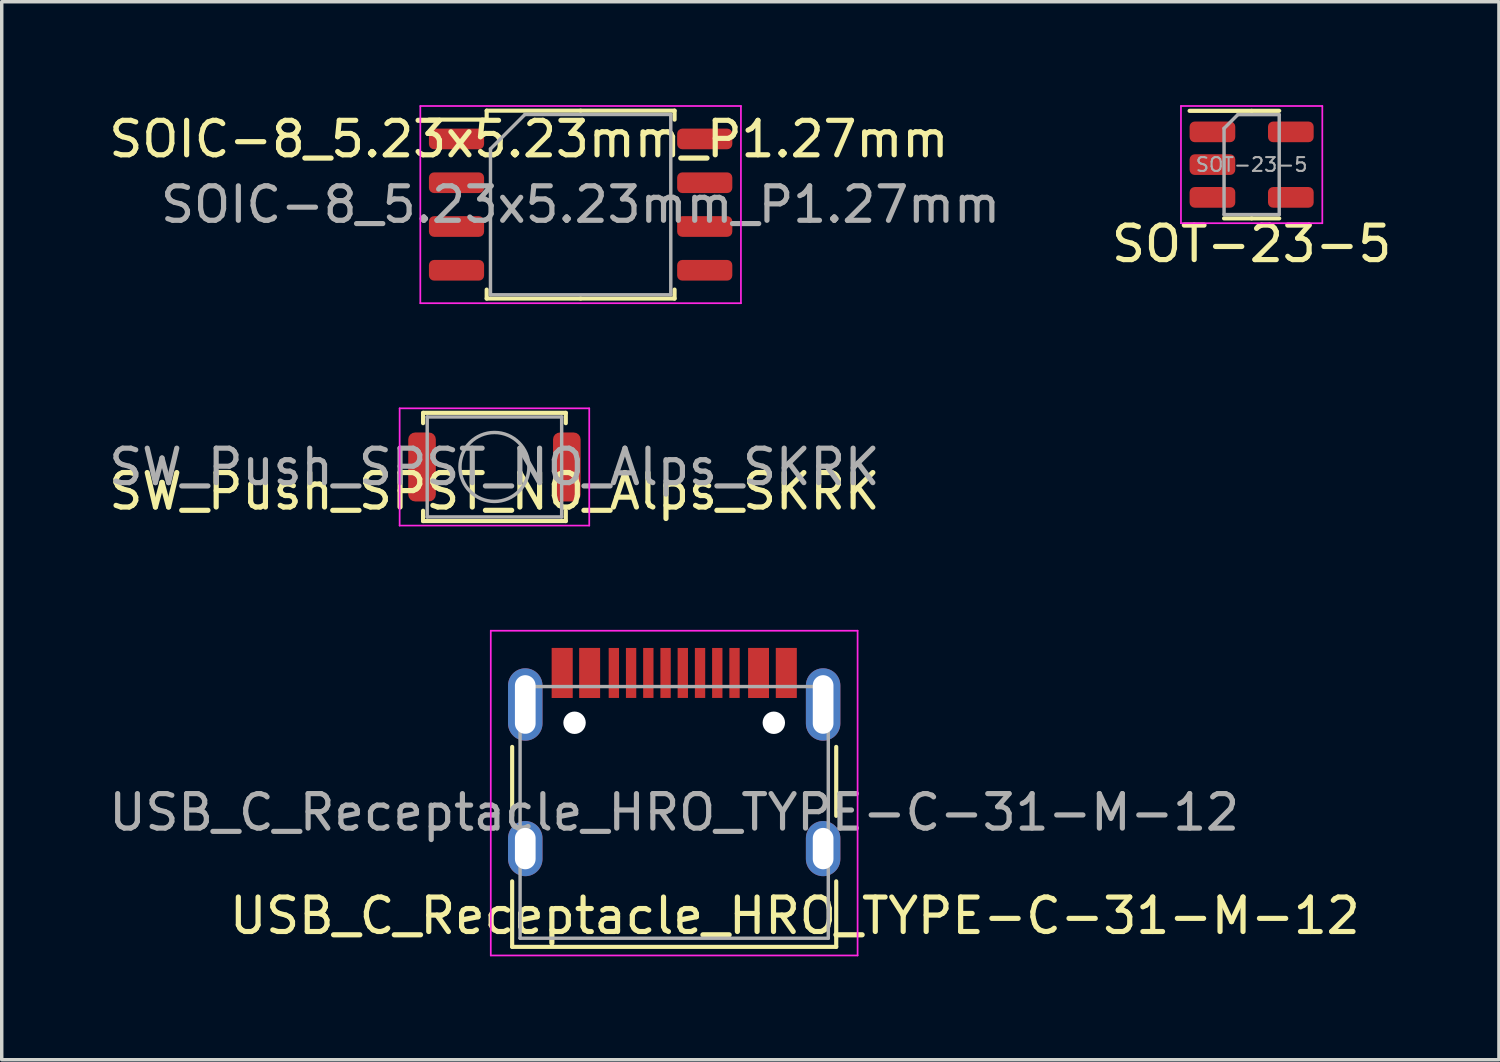
<source format=kicad_pcb>
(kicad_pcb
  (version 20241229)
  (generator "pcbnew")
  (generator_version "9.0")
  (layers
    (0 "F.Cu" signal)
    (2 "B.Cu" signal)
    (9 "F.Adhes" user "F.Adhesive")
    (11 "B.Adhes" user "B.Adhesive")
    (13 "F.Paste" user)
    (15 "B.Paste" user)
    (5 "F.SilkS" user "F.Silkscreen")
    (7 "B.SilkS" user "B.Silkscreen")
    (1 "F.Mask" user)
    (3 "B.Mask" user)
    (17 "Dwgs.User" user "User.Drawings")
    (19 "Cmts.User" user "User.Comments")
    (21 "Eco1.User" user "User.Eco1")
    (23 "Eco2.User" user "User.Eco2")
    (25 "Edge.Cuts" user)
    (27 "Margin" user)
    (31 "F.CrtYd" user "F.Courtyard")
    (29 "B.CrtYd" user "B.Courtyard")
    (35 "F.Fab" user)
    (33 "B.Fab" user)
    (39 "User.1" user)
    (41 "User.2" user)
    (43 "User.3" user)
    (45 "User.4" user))
  (footprint "SW_Push_SPST_NO_Alps_SKRK"
    (layer "F.Cu")
    (at 11.292 10.495)
    (property "Reference" "SW_Push_SPST_NO_Alps_SKRK" (at 0 0.707 180) (layer "F.SilkS") (effects (font (size 1 1) (thickness 0.15))))
    (attr smd)
    (fp_line (start -2.07 -1.57) (end 2.07 -1.57) (stroke (width 0.12) (type solid)) (layer "F.SilkS"))
    (fp_line (start -2.07 -1.27) (end -2.07 -1.57) (stroke (width 0.12) (type solid)) (layer "F.SilkS"))
    (fp_line (start -2.07 1.57) (end -2.07 1.27) (stroke (width 0.12) (type solid)) (layer "F.SilkS"))
    (fp_line (start 2.07 -1.57) (end 2.07 -1.27) (stroke (width 0.12) (type solid)) (layer "F.SilkS"))
    (fp_line (start 2.07 1.27) (end 2.07 1.57) (stroke (width 0.12) (type solid)) (layer "F.SilkS"))
    (fp_line (start 2.07 1.57) (end -2.07 1.57) (stroke (width 0.12) (type solid)) (layer "F.SilkS"))
    (fp_line (start -2.75 -1.7) (end 2.75 -1.7) (stroke (width 0.05) (type solid)) (layer "F.CrtYd"))
    (fp_line (start -2.75 1.7) (end -2.75 -1.7) (stroke (width 0.05) (type solid)) (layer "F.CrtYd"))
    (fp_line (start 2.75 -1.7) (end 2.75 1.7) (stroke (width 0.05) (type solid)) (layer "F.CrtYd"))
    (fp_line (start 2.75 1.7) (end -2.75 1.7) (stroke (width 0.05) (type solid)) (layer "F.CrtYd"))
    (fp_line (start -1.95 -1.45) (end 1.95 -1.45) (stroke (width 0.1) (type solid)) (layer "F.Fab"))
    (fp_line (start -1.95 1.45) (end -1.95 -1.45) (stroke (width 0.1) (type solid)) (layer "F.Fab"))
    (fp_line (start 1.95 -1.45) (end 1.95 1.45) (stroke (width 0.1) (type solid)) (layer "F.Fab"))
    (fp_line (start 1.95 1.45) (end -1.95 1.45) (stroke (width 0.1) (type solid)) (layer "F.Fab"))
    (fp_circle (center 0 0) (end 1 0) (stroke (width 0.1) (type solid)) (fill no) (layer "F.Fab"))
    (fp_text user "${REFERENCE}" (at 0 0 180) (layer "F.Fab") (effects (font (size 1 1) (thickness 0.15))))
    (pad "1" smd roundrect (at -2.1 0) (size 0.8 2) (layers "F.Cu" "F.Mask" "F.Paste") (roundrect_rratio 0.25))
    (pad "2" smd roundrect (at 2.1 0) (size 0.8 2) (layers "F.Cu" "F.Mask" "F.Paste") (roundrect_rratio 0.25)))
  (footprint "SOT-23-5"
    (layer "F.Cu")
    (at 33.256 1.725)
    (property "Reference" "SOT-23-5" (at 0 2.3 180) (layer "F.SilkS") (effects (font (size 1 1) (thickness 0.15))))
    (attr smd)
    (fp_line (start 0 -1.56) (end -1.8 -1.56) (stroke (width 0.12) (type solid)) (layer "F.SilkS"))
    (fp_line (start 0 -1.56) (end 0.8 -1.56) (stroke (width 0.12) (type solid)) (layer "F.SilkS"))
    (fp_line (start 0 1.56) (end -0.8 1.56) (stroke (width 0.12) (type solid)) (layer "F.SilkS"))
    (fp_line (start 0 1.56) (end 0.8 1.56) (stroke (width 0.12) (type solid)) (layer "F.SilkS"))
    (fp_line (start -2.05 -1.7) (end -2.05 1.7) (stroke (width 0.05) (type solid)) (layer "F.CrtYd"))
    (fp_line (start -2.05 1.7) (end 2.05 1.7) (stroke (width 0.05) (type solid)) (layer "F.CrtYd"))
    (fp_line (start 2.05 -1.7) (end -2.05 -1.7) (stroke (width 0.05) (type solid)) (layer "F.CrtYd"))
    (fp_line (start 2.05 1.7) (end 2.05 -1.7) (stroke (width 0.05) (type solid)) (layer "F.CrtYd"))
    (fp_line (start -0.8 -1.05) (end -0.4 -1.45) (stroke (width 0.1) (type solid)) (layer "F.Fab"))
    (fp_line (start -0.8 1.45) (end -0.8 -1.05) (stroke (width 0.1) (type solid)) (layer "F.Fab"))
    (fp_line (start -0.4 -1.45) (end 0.8 -1.45) (stroke (width 0.1) (type solid)) (layer "F.Fab"))
    (fp_line (start 0.8 -1.45) (end 0.8 1.45) (stroke (width 0.1) (type solid)) (layer "F.Fab"))
    (fp_line (start 0.8 1.45) (end -0.8 1.45) (stroke (width 0.1) (type solid)) (layer "F.Fab"))
    (fp_text user "${REFERENCE}" (at 0 0 180) (layer "F.Fab") (effects (font (size 0.4 0.4) (thickness 0.06))))
    (pad "1" smd roundrect (at -1.137 -0.95) (size 1.325 0.6) (layers "F.Cu" "F.Mask" "F.Paste") (roundrect_rratio 0.25))
    (pad "2" smd roundrect (at -1.137 0) (size 1.325 0.6) (layers "F.Cu" "F.Mask" "F.Paste") (roundrect_rratio 0.25))
    (pad "3" smd roundrect (at -1.137 0.95) (size 1.325 0.6) (layers "F.Cu" "F.Mask" "F.Paste") (roundrect_rratio 0.25))
    (pad "4" smd roundrect (at 1.137 0.95) (size 1.325 0.6) (layers "F.Cu" "F.Mask" "F.Paste") (roundrect_rratio 0.25))
    (pad "5" smd roundrect (at 1.137 -0.95) (size 1.325 0.6) (layers "F.Cu" "F.Mask" "F.Paste") (roundrect_rratio 0.25)))
  (footprint "USB_C_Receptacle_HRO_TYPE-C-31-M-12"
    (layer "F.Cu")
    (at 16.506 20.515)
    (property "Reference" "USB_C_Receptacle_HRO_TYPE-C-31-M-12" (at 3.5 3 0) (layer "F.SilkS") (effects (font (size 1 1) (thickness 0.15))))
    (attr smd)
    (fp_line (start -4.7 -1.9) (end -4.7 0.1) (stroke (width 0.12) (type solid)) (layer "F.SilkS"))
    (fp_line (start -4.7 2) (end -4.7 3.9) (stroke (width 0.12) (type solid)) (layer "F.SilkS"))
    (fp_line (start -4.7 3.9) (end 4.7 3.9) (stroke (width 0.12) (type solid)) (layer "F.SilkS"))
    (fp_line (start 4.7 -1.9) (end 4.7 0.1) (stroke (width 0.12) (type solid)) (layer "F.SilkS"))
    (fp_line (start 4.7 2) (end 4.7 3.9) (stroke (width 0.12) (type solid)) (layer "F.SilkS"))
    (fp_line (start -5.32 -5.27) (end -5.32 4.15) (stroke (width 0.05) (type solid)) (layer "F.CrtYd"))
    (fp_line (start -5.32 -5.27) (end 5.32 -5.27) (stroke (width 0.05) (type solid)) (layer "F.CrtYd"))
    (fp_line (start -5.32 4.15) (end 5.32 4.15) (stroke (width 0.05) (type solid)) (layer "F.CrtYd"))
    (fp_line (start 5.32 -5.27) (end 5.32 4.15) (stroke (width 0.05) (type solid)) (layer "F.CrtYd"))
    (fp_line (start -4.47 -3.65) (end -4.47 3.65) (stroke (width 0.1) (type solid)) (layer "F.Fab"))
    (fp_line (start -4.47 -3.65) (end 4.47 -3.65) (stroke (width 0.1) (type solid)) (layer "F.Fab"))
    (fp_line (start -4.47 3.65) (end 4.47 3.65) (stroke (width 0.1) (type solid)) (layer "F.Fab"))
    (fp_line (start 4.47 -3.65) (end 4.47 3.65) (stroke (width 0.1) (type solid)) (layer "F.Fab"))
    (fp_text user "${REFERENCE}" (at 0 0 0) (layer "F.Fab") (effects (font (size 1 1) (thickness 0.15))))
    (pad "" np_thru_hole circle (at -2.89 -2.6) (size 0.65 0.65) (drill 0.65) (layers "*.Cu" "*.Mask"))
    (pad "" np_thru_hole circle (at 2.89 -2.6) (size 0.65 0.65) (drill 0.65) (layers "*.Cu" "*.Mask"))
    (pad "A1" smd rect (at -3.25 -4.045) (size 0.6 1.45) (layers "F.Cu" "F.Mask" "F.Paste"))
    (pad "A4" smd rect (at -2.45 -4.045) (size 0.6 1.45) (layers "F.Cu" "F.Mask" "F.Paste"))
    (pad "A5" smd rect (at -1.25 -4.045) (size 0.3 1.45) (layers "F.Cu" "F.Mask" "F.Paste"))
    (pad "A6" smd rect (at -0.25 -4.045) (size 0.3 1.45) (layers "F.Cu" "F.Mask" "F.Paste"))
    (pad "A7" smd rect (at 0.25 -4.045) (size 0.3 1.45) (layers "F.Cu" "F.Mask" "F.Paste"))
    (pad "A8" smd rect (at 1.25 -4.045) (size 0.3 1.45) (layers "F.Cu" "F.Mask" "F.Paste"))
    (pad "A9" smd rect (at 2.45 -4.045) (size 0.6 1.45) (layers "F.Cu" "F.Mask" "F.Paste"))
    (pad "A12" smd rect (at 3.25 -4.045) (size 0.6 1.45) (layers "F.Cu" "F.Mask" "F.Paste"))
    (pad "B1" smd rect (at 3.25 -4.045) (size 0.6 1.45) (layers "F.Cu" "F.Mask" "F.Paste"))
    (pad "B4" smd rect (at 2.45 -4.045) (size 0.6 1.45) (layers "F.Cu" "F.Mask" "F.Paste"))
    (pad "B5" smd rect (at 1.75 -4.045) (size 0.3 1.45) (layers "F.Cu" "F.Mask" "F.Paste"))
    (pad "B6" smd rect (at 0.75 -4.045) (size 0.3 1.45) (layers "F.Cu" "F.Mask" "F.Paste"))
    (pad "B7" smd rect (at -0.75 -4.045) (size 0.3 1.45) (layers "F.Cu" "F.Mask" "F.Paste"))
    (pad "B8" smd rect (at -1.75 -4.045) (size 0.3 1.45) (layers "F.Cu" "F.Mask" "F.Paste"))
    (pad "B9" smd rect (at -2.45 -4.045) (size 0.6 1.45) (layers "F.Cu" "F.Mask" "F.Paste"))
    (pad "B12" smd rect (at -3.25 -4.045) (size 0.6 1.45) (layers "F.Cu" "F.Mask" "F.Paste"))
    (pad "S1" thru_hole oval (at -4.32 -3.13) (size 1 2.1) (drill oval 0.6 1.7) (layers "*.Cu" "*.Mask"))
    (pad "S1" thru_hole oval (at -4.32 1.05) (size 1 1.6) (drill oval 0.6 1.2) (layers "*.Cu" "*.Mask"))
    (pad "S1" thru_hole oval (at 4.32 -3.13) (size 1 2.1) (drill oval 0.6 1.7) (layers "*.Cu" "*.Mask"))
    (pad "S1" thru_hole oval (at 4.32 1.05) (size 1 1.6) (drill oval 0.6 1.2) (layers "*.Cu" "*.Mask")))
  (footprint "SOIC-8_5.23x5.23mm_P1.27mm"
    (layer "F.Cu")
    (at 13.792 2.885)
    (property "Reference" "SOIC-8_5.23x5.23mm_P1.27mm" (at -1.5 -1.9 0) (layer "F.SilkS") (effects (font (size 1 1) (thickness 0.15))))
    (attr smd)
    (fp_line (start -2.725 -2.725) (end -2.725 -2.465) (stroke (width 0.12) (type solid)) (layer "F.SilkS"))
    (fp_line (start -2.725 -2.465) (end -4.4 -2.465) (stroke (width 0.12) (type solid)) (layer "F.SilkS"))
    (fp_line (start -2.725 2.725) (end -2.725 2.465) (stroke (width 0.12) (type solid)) (layer "F.SilkS"))
    (fp_line (start 0 -2.725) (end -2.725 -2.725) (stroke (width 0.12) (type solid)) (layer "F.SilkS"))
    (fp_line (start 0 -2.725) (end 2.725 -2.725) (stroke (width 0.12) (type solid)) (layer "F.SilkS"))
    (fp_line (start 0 2.725) (end -2.725 2.725) (stroke (width 0.12) (type solid)) (layer "F.SilkS"))
    (fp_line (start 0 2.725) (end 2.725 2.725) (stroke (width 0.12) (type solid)) (layer "F.SilkS"))
    (fp_line (start 2.725 -2.725) (end 2.725 -2.465) (stroke (width 0.12) (type solid)) (layer "F.SilkS"))
    (fp_line (start 2.725 2.725) (end 2.725 2.465) (stroke (width 0.12) (type solid)) (layer "F.SilkS"))
    (fp_line (start -4.65 -2.86) (end -4.65 2.86) (stroke (width 0.05) (type solid)) (layer "F.CrtYd"))
    (fp_line (start -4.65 2.86) (end 4.65 2.86) (stroke (width 0.05) (type solid)) (layer "F.CrtYd"))
    (fp_line (start 4.65 -2.86) (end -4.65 -2.86) (stroke (width 0.05) (type solid)) (layer "F.CrtYd"))
    (fp_line (start 4.65 2.86) (end 4.65 -2.86) (stroke (width 0.05) (type solid)) (layer "F.CrtYd"))
    (fp_line (start -2.615 -1.615) (end -1.615 -2.615) (stroke (width 0.1) (type solid)) (layer "F.Fab"))
    (fp_line (start -2.615 2.615) (end -2.615 -1.615) (stroke (width 0.1) (type solid)) (layer "F.Fab"))
    (fp_line (start -1.615 -2.615) (end 2.615 -2.615) (stroke (width 0.1) (type solid)) (layer "F.Fab"))
    (fp_line (start 2.615 -2.615) (end 2.615 2.615) (stroke (width 0.1) (type solid)) (layer "F.Fab"))
    (fp_line (start 2.615 2.615) (end -2.615 2.615) (stroke (width 0.1) (type solid)) (layer "F.Fab"))
    (fp_text user "${REFERENCE}" (at 0 0 0) (layer "F.Fab") (effects (font (size 1 1) (thickness 0.15))))
    (pad "1" smd roundrect (at -3.6 -1.905 180) (size 1.6 0.6) (layers "F.Cu" "F.Mask" "F.Paste") (roundrect_rratio 0.25))
    (pad "2" smd roundrect (at -3.6 -0.635 180) (size 1.6 0.6) (layers "F.Cu" "F.Mask" "F.Paste") (roundrect_rratio 0.25))
    (pad "3" smd roundrect (at -3.6 0.635 180) (size 1.6 0.6) (layers "F.Cu" "F.Mask" "F.Paste") (roundrect_rratio 0.25))
    (pad "4" smd roundrect (at -3.6 1.905 180) (size 1.6 0.6) (layers "F.Cu" "F.Mask" "F.Paste") (roundrect_rratio 0.25))
    (pad "5" smd roundrect (at 3.6 1.905 180) (size 1.6 0.6) (layers "F.Cu" "F.Mask" "F.Paste") (roundrect_rratio 0.25))
    (pad "6" smd roundrect (at 3.6 0.635 180) (size 1.6 0.6) (layers "F.Cu" "F.Mask" "F.Paste") (roundrect_rratio 0.25))
    (pad "7" smd roundrect (at 3.6 -0.635 180) (size 1.6 0.6) (layers "F.Cu" "F.Mask" "F.Paste") (roundrect_rratio 0.25))
    (pad "8" smd roundrect (at 3.6 -1.905 180) (size 1.6 0.6) (layers "F.Cu" "F.Mask" "F.Paste") (roundrect_rratio 0.25)))
  (gr_rect
    (start -3 -3)
    (end 40.429 27.69)
    (stroke (width 0.1) (type default))
    (fill no)
    (layer "Edge.Cuts")))
</source>
